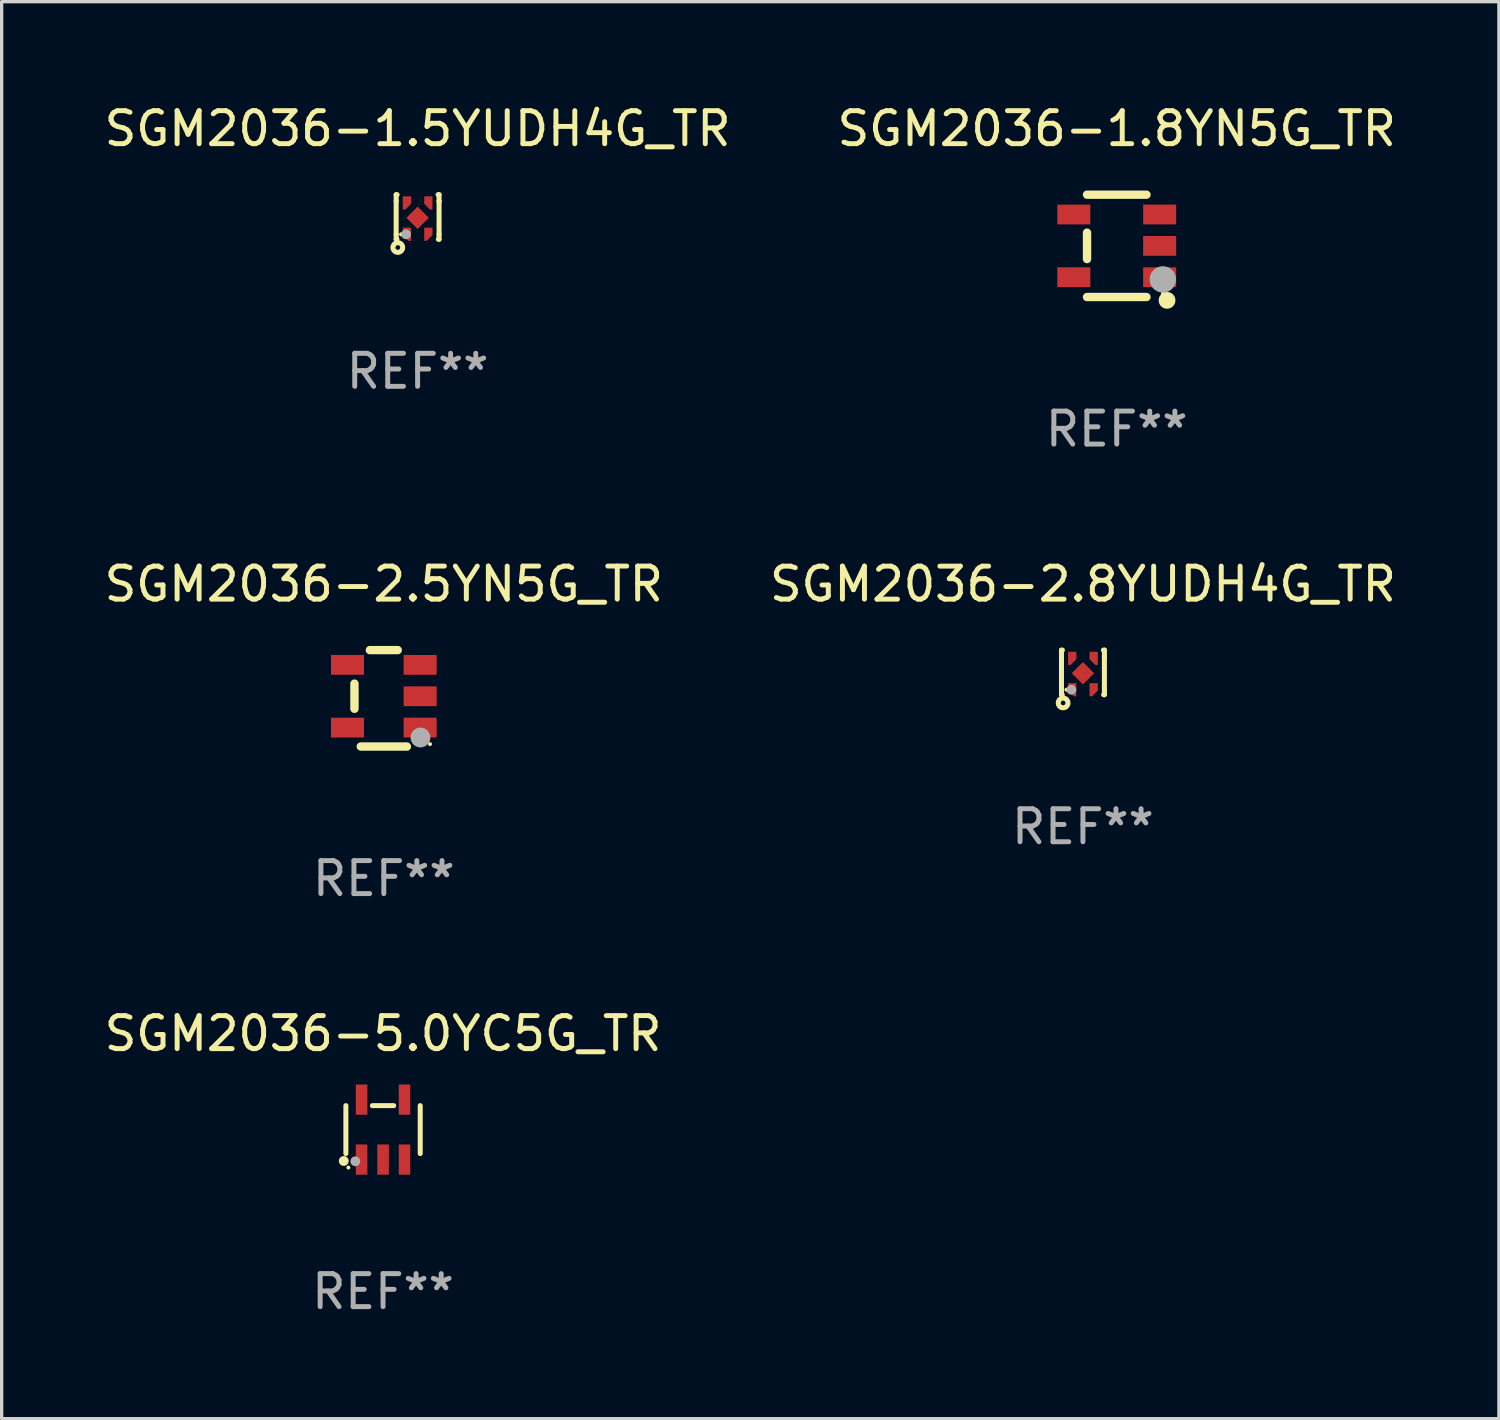
<source format=kicad_pcb>
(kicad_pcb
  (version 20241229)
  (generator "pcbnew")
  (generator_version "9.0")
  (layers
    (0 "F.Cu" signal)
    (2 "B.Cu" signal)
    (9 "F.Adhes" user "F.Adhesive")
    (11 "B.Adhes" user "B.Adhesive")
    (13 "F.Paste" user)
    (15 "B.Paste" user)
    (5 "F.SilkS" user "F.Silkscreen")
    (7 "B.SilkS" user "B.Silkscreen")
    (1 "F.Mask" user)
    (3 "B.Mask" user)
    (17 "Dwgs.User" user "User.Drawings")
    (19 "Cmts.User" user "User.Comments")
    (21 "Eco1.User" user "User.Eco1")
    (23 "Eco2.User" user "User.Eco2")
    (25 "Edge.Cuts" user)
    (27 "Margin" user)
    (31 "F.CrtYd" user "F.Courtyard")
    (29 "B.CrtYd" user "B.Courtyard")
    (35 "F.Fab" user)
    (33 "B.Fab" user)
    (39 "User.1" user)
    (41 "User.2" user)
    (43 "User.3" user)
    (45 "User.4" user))
  (footprint "SGM2036-1.8YN5G_TR"
    (layer "F.Cu")
    (at 30.78 4.398)
    (property "Reference" "SGM2036-1.8YN5G_TR" (at 0 -3.55 0) (layer "F.SilkS") (effects (font (size 1 1) (thickness 0.15))))
    (attr through_hole)
    (fp_line (start -0.9 -1.55) (end 0.9 -1.55) (stroke (width 0.254) (type solid)) (layer "F.SilkS"))
    (fp_line (start -0.9 0.4) (end -0.9 -0.4) (stroke (width 0.254) (type solid)) (layer "F.SilkS"))
    (fp_line (start -0.9 1.55) (end 0.9 1.55) (stroke (width 0.254) (type solid)) (layer "F.SilkS"))
    (fp_circle (center 1.4 1.45) (end 1.43 1.45) (stroke (width 0.06) (type solid)) (fill no) (layer "F.SilkS"))
    (fp_circle (center 1.524 1.651) (end 1.651 1.651) (stroke (width 0.254) (type solid)) (fill no) (layer "F.SilkS"))
    (fp_circle (center 1.397 1.016) (end 1.597 1.016) (stroke (width 0.4) (type solid)) (fill no) (layer "F.Fab"))
    (fp_text user "REF**" (at 0 5.55 0) (layer "F.Fab") (effects (font (size 1 1) (thickness 0.15))))
    (pad "1" smd rect (at 1.3 0.95) (size 1 0.6) (layers "F.Cu" "F.Mask" "F.Paste"))
    (pad "2" smd rect (at 1.3 -0.000051) (size 1 0.6) (layers "F.Cu" "F.Mask" "F.Paste"))
    (pad "3" smd rect (at 1.3 -0.95) (size 1 0.6) (layers "F.Cu" "F.Mask" "F.Paste"))
    (pad "4" smd rect (at -1.3 -0.95) (size 1 0.6) (layers "F.Cu" "F.Mask" "F.Paste"))
    (pad "5" smd rect (at -1.3 0.95) (size 1 0.6) (layers "F.Cu" "F.Mask" "F.Paste")))
  (footprint "SGM2036-5.0YC5G_TR"
    (layer "F.Cu")
    (at 8.554 31.17)
    (property "Reference" "SGM2036-5.0YC5G_TR" (at 0 -2.908 0) (layer "F.SilkS") (effects (font (size 1 1) (thickness 0.15))))
    (attr through_hole)
    (fp_line (start -1.126 0.726) (end -1.126 -0.726) (stroke (width 0.152) (type solid)) (layer "F.SilkS"))
    (fp_line (start -0.323 -0.726) (end 0.323 -0.726) (stroke (width 0.152) (type solid)) (layer "F.SilkS"))
    (fp_line (start 1.126 0.726) (end 1.126 -0.726) (stroke (width 0.152) (type solid)) (layer "F.SilkS"))
    (fp_circle (center -1.19 0.95) (end -1.115 0.95) (stroke (width 0.15) (type solid)) (fill no) (layer "F.SilkS"))
    (fp_circle (center -1.05 1.15) (end -1.02 1.15) (stroke (width 0.06) (type solid)) (fill no) (layer "F.SilkS"))
    (fp_circle (center -0.84 0.96) (end -0.765 0.96) (stroke (width 0.15) (type solid)) (fill no) (layer "F.Fab"))
    (fp_text user "REF**" (at 0 4.908 0) (layer "F.Fab") (effects (font (size 1 1) (thickness 0.15))))
    (pad "1" smd rect (at -0.65 0.908) (size 0.35 0.916) (layers "F.Cu" "F.Mask" "F.Paste"))
    (pad "2" smd rect (at -0.000013 0.908) (size 0.35 0.916) (layers "F.Cu" "F.Mask" "F.Paste"))
    (pad "3" smd rect (at 0.65 0.908) (size 0.35 0.916) (layers "F.Cu" "F.Mask" "F.Paste"))
    (pad "4" smd rect (at 0.65 -0.908) (size 0.35 0.916) (layers "F.Cu" "F.Mask" "F.Paste"))
    (pad "5" smd rect (at -0.65 -0.908) (size 0.35 0.916) (layers "F.Cu" "F.Mask" "F.Paste")))
  (footprint "SGM2036-1.5YUDH4G_TR"
    (layer "F.Cu")
    (at 9.601 3.523)
    (property "Reference" "SGM2036-1.5YUDH4G_TR" (at 0 -2.675 0) (layer "F.SilkS") (effects (font (size 1 1) (thickness 0.15))))
    (attr through_hole)
    (fp_line (start -0.65 -0.675) (end -0.622 -0.675) (stroke (width 0.152) (type solid)) (layer "F.SilkS"))
    (fp_line (start -0.65 -0.475) (end -0.65 -0.675) (stroke (width 0.152) (type solid)) (layer "F.SilkS"))
    (fp_line (start -0.65 -0.475) (end -0.65 0.525) (stroke (width 0.152) (type solid)) (layer "F.SilkS"))
    (fp_line (start -0.65 0.675) (end -0.65 0.525) (stroke (width 0.152) (type solid)) (layer "F.SilkS"))
    (fp_line (start -0.626 0.675) (end -0.65 0.675) (stroke (width 0.152) (type solid)) (layer "F.SilkS"))
    (fp_line (start 0.62 -0.675) (end 0.65 -0.675) (stroke (width 0.152) (type solid)) (layer "F.SilkS"))
    (fp_line (start 0.65 -0.675) (end 0.65 -0.475) (stroke (width 0.152) (type solid)) (layer "F.SilkS"))
    (fp_line (start 0.65 -0.475) (end 0.65 -0.475) (stroke (width 0.152) (type solid)) (layer "F.SilkS"))
    (fp_line (start 0.65 -0.475) (end 0.65 0.525) (stroke (width 0.152) (type solid)) (layer "F.SilkS"))
    (fp_line (start 0.65 0.525) (end 0.65 0.675) (stroke (width 0.152) (type solid)) (layer "F.SilkS"))
    (fp_line (start 0.65 0.675) (end 0.628 0.675) (stroke (width 0.152) (type solid)) (layer "F.SilkS"))
    (fp_circle (center -0.6 0.925) (end -0.529 0.925) (stroke (width 0.152) (type solid)) (fill no) (layer "F.SilkS"))
    (fp_circle (center -0.5 0.525) (end -0.47 0.525) (stroke (width 0.06) (type solid)) (fill no) (layer "F.SilkS"))
    (fp_circle (center -0.35 0.525) (end -0.275 0.525) (stroke (width 0.15) (type solid)) (fill no) (layer "F.Fab"))
    (fp_text user "REF**" (at 0 4.675 0) (layer "F.Fab") (effects (font (size 1 1) (thickness 0.15))))
    (pad "1" smd custom (at -0.325 0.5 180) (size 0.25 0.4) (layers "F.Cu" "F.Mask" "F.Paste") (options (anchor circle)) (primitives (gr_poly (pts (xy -0.125 -0.224) (xy -0.048 -0.224) (xy -0.048 -0.224) (xy 0.125 -0.051) (xy 0.125 0.176) (xy -0.125 0.176)) (width 0) (fill yes))))
    (pad "2" smd custom (at 0.325 0.5 180) (size 0.25 0.4) (layers "F.Cu" "F.Mask" "F.Paste") (options (anchor circle)) (primitives (gr_poly (pts (xy 0.125 -0.224) (xy 0.048 -0.224) (xy 0.048 -0.224) (xy -0.125 -0.052) (xy -0.125 0.176) (xy 0.125 0.175)) (width 0) (fill yes))))
    (pad "3" smd custom (at 0.325 -0.45) (size 0.25 0.4) (layers "F.Cu" "F.Mask" "F.Paste") (options (anchor circle)) (primitives (gr_poly (pts (xy 0.125 0.224) (xy 0.048 0.224) (xy 0.048 0.224) (xy -0.125 0.051) (xy -0.125 -0.176) (xy 0.125 -0.175)) (width 0) (fill yes))))
    (pad "4" smd custom (at -0.325 -0.45) (size 0.25 0.4) (layers "F.Cu" "F.Mask" "F.Paste") (options (anchor circle)) (primitives (gr_poly (pts (xy -0.125 0.224) (xy -0.048 0.224) (xy -0.047 0.224) (xy 0.125 0.051) (xy 0.125 -0.176) (xy -0.125 -0.175)) (width 0) (fill yes))))
    (pad "5" smd rect (at 0.000025 0.025 45) (size 0.48 0.48) (layers "F.Cu" "F.Mask" "F.Paste")))
  (footprint "SGM2036-2.5YN5G_TR"
    (layer "F.Cu")
    (at 8.577 18.105)
    (property "Reference" "SGM2036-2.5YN5G_TR" (at 0 -3.461 0) (layer "F.SilkS") (effects (font (size 1 1) (thickness 0.15))))
    (attr through_hole)
    (fp_line (start -0.889 0.317) (end -0.889 -0.445) (stroke (width 0.254) (type solid)) (layer "F.SilkS"))
    (fp_line (start -0.698 1.46) (end 0.699 1.461) (stroke (width 0.254) (type solid)) (layer "F.SilkS"))
    (fp_line (start -0.422 -1.461) (end 0.422 -1.461) (stroke (width 0.254) (type solid)) (layer "F.SilkS"))
    (fp_circle (center 1.4 1.387) (end 1.43 1.387) (stroke (width 0.06) (type solid)) (fill no) (layer "F.SilkS"))
    (fp_circle (center 1.11 1.187) (end 1.26 1.187) (stroke (width 0.3) (type solid)) (fill no) (layer "F.Fab"))
    (fp_text user "REF**" (at 0 5.461 0) (layer "F.Fab") (effects (font (size 1 1) (thickness 0.15))))
    (pad "1" smd rect (at 1.1 0.886 90) (size 0.6 1) (layers "F.Cu" "F.Mask" "F.Paste"))
    (pad "2" smd rect (at 1.1 -0.063 90) (size 0.6 1) (layers "F.Cu" "F.Mask" "F.Paste"))
    (pad "3" smd rect (at 1.1 -1.013 90) (size 0.6 1) (layers "F.Cu" "F.Mask" "F.Paste"))
    (pad "4" smd rect (at -1.1 -1.014 90) (size 0.6 1) (layers "F.Cu" "F.Mask" "F.Paste"))
    (pad "5" smd rect (at -1.1 0.887 90) (size 0.6 1) (layers "F.Cu" "F.Mask" "F.Paste")))
  (footprint "SGM2036-2.8YUDH4G_TR"
    (layer "F.Cu")
    (at 29.756 17.32)
    (property "Reference" "SGM2036-2.8YUDH4G_TR" (at 0 -2.675 0) (layer "F.SilkS") (effects (font (size 1 1) (thickness 0.15))))
    (attr through_hole)
    (fp_line (start -0.65 -0.675) (end -0.622 -0.675) (stroke (width 0.152) (type solid)) (layer "F.SilkS"))
    (fp_line (start -0.65 -0.475) (end -0.65 -0.675) (stroke (width 0.152) (type solid)) (layer "F.SilkS"))
    (fp_line (start -0.65 -0.475) (end -0.65 0.525) (stroke (width 0.152) (type solid)) (layer "F.SilkS"))
    (fp_line (start -0.65 0.675) (end -0.65 0.525) (stroke (width 0.152) (type solid)) (layer "F.SilkS"))
    (fp_line (start -0.626 0.675) (end -0.65 0.675) (stroke (width 0.152) (type solid)) (layer "F.SilkS"))
    (fp_line (start 0.62 -0.675) (end 0.65 -0.675) (stroke (width 0.152) (type solid)) (layer "F.SilkS"))
    (fp_line (start 0.65 -0.675) (end 0.65 -0.475) (stroke (width 0.152) (type solid)) (layer "F.SilkS"))
    (fp_line (start 0.65 -0.475) (end 0.65 -0.475) (stroke (width 0.152) (type solid)) (layer "F.SilkS"))
    (fp_line (start 0.65 -0.475) (end 0.65 0.525) (stroke (width 0.152) (type solid)) (layer "F.SilkS"))
    (fp_line (start 0.65 0.525) (end 0.65 0.675) (stroke (width 0.152) (type solid)) (layer "F.SilkS"))
    (fp_line (start 0.65 0.675) (end 0.628 0.675) (stroke (width 0.152) (type solid)) (layer "F.SilkS"))
    (fp_circle (center -0.6 0.925) (end -0.529 0.925) (stroke (width 0.152) (type solid)) (fill no) (layer "F.SilkS"))
    (fp_circle (center -0.5 0.525) (end -0.47 0.525) (stroke (width 0.06) (type solid)) (fill no) (layer "F.SilkS"))
    (fp_circle (center -0.35 0.525) (end -0.275 0.525) (stroke (width 0.15) (type solid)) (fill no) (layer "F.Fab"))
    (fp_text user "REF**" (at 0 4.675 0) (layer "F.Fab") (effects (font (size 1 1) (thickness 0.15))))
    (pad "1" smd custom (at -0.325 0.5 180) (size 0.25 0.4) (layers "F.Cu" "F.Mask" "F.Paste") (options (anchor circle)) (primitives (gr_poly (pts (xy -0.125 -0.224) (xy -0.048 -0.224) (xy -0.048 -0.224) (xy 0.125 -0.051) (xy 0.125 0.176) (xy -0.125 0.176)) (width 0) (fill yes))))
    (pad "2" smd custom (at 0.325 0.5 180) (size 0.25 0.4) (layers "F.Cu" "F.Mask" "F.Paste") (options (anchor circle)) (primitives (gr_poly (pts (xy 0.125 -0.224) (xy 0.048 -0.224) (xy 0.048 -0.224) (xy -0.125 -0.052) (xy -0.125 0.176) (xy 0.125 0.175)) (width 0) (fill yes))))
    (pad "3" smd custom (at 0.325 -0.45) (size 0.25 0.4) (layers "F.Cu" "F.Mask" "F.Paste") (options (anchor circle)) (primitives (gr_poly (pts (xy 0.125 0.224) (xy 0.048 0.224) (xy 0.048 0.224) (xy -0.125 0.051) (xy -0.125 -0.176) (xy 0.125 -0.175)) (width 0) (fill yes))))
    (pad "4" smd custom (at -0.325 -0.45) (size 0.25 0.4) (layers "F.Cu" "F.Mask" "F.Paste") (options (anchor circle)) (primitives (gr_poly (pts (xy -0.125 0.224) (xy -0.048 0.224) (xy -0.047 0.224) (xy 0.125 0.051) (xy 0.125 -0.176) (xy -0.125 -0.175)) (width 0) (fill yes))))
    (pad "5" smd rect (at 0.000025 0.025 45) (size 0.48 0.48) (layers "F.Cu" "F.Mask" "F.Paste")))
  (gr_rect
    (start -3 -3)
    (end 42.357 39.927)
    (stroke (width 0.1) (type default))
    (fill no)
    (layer "Edge.Cuts")))
</source>
